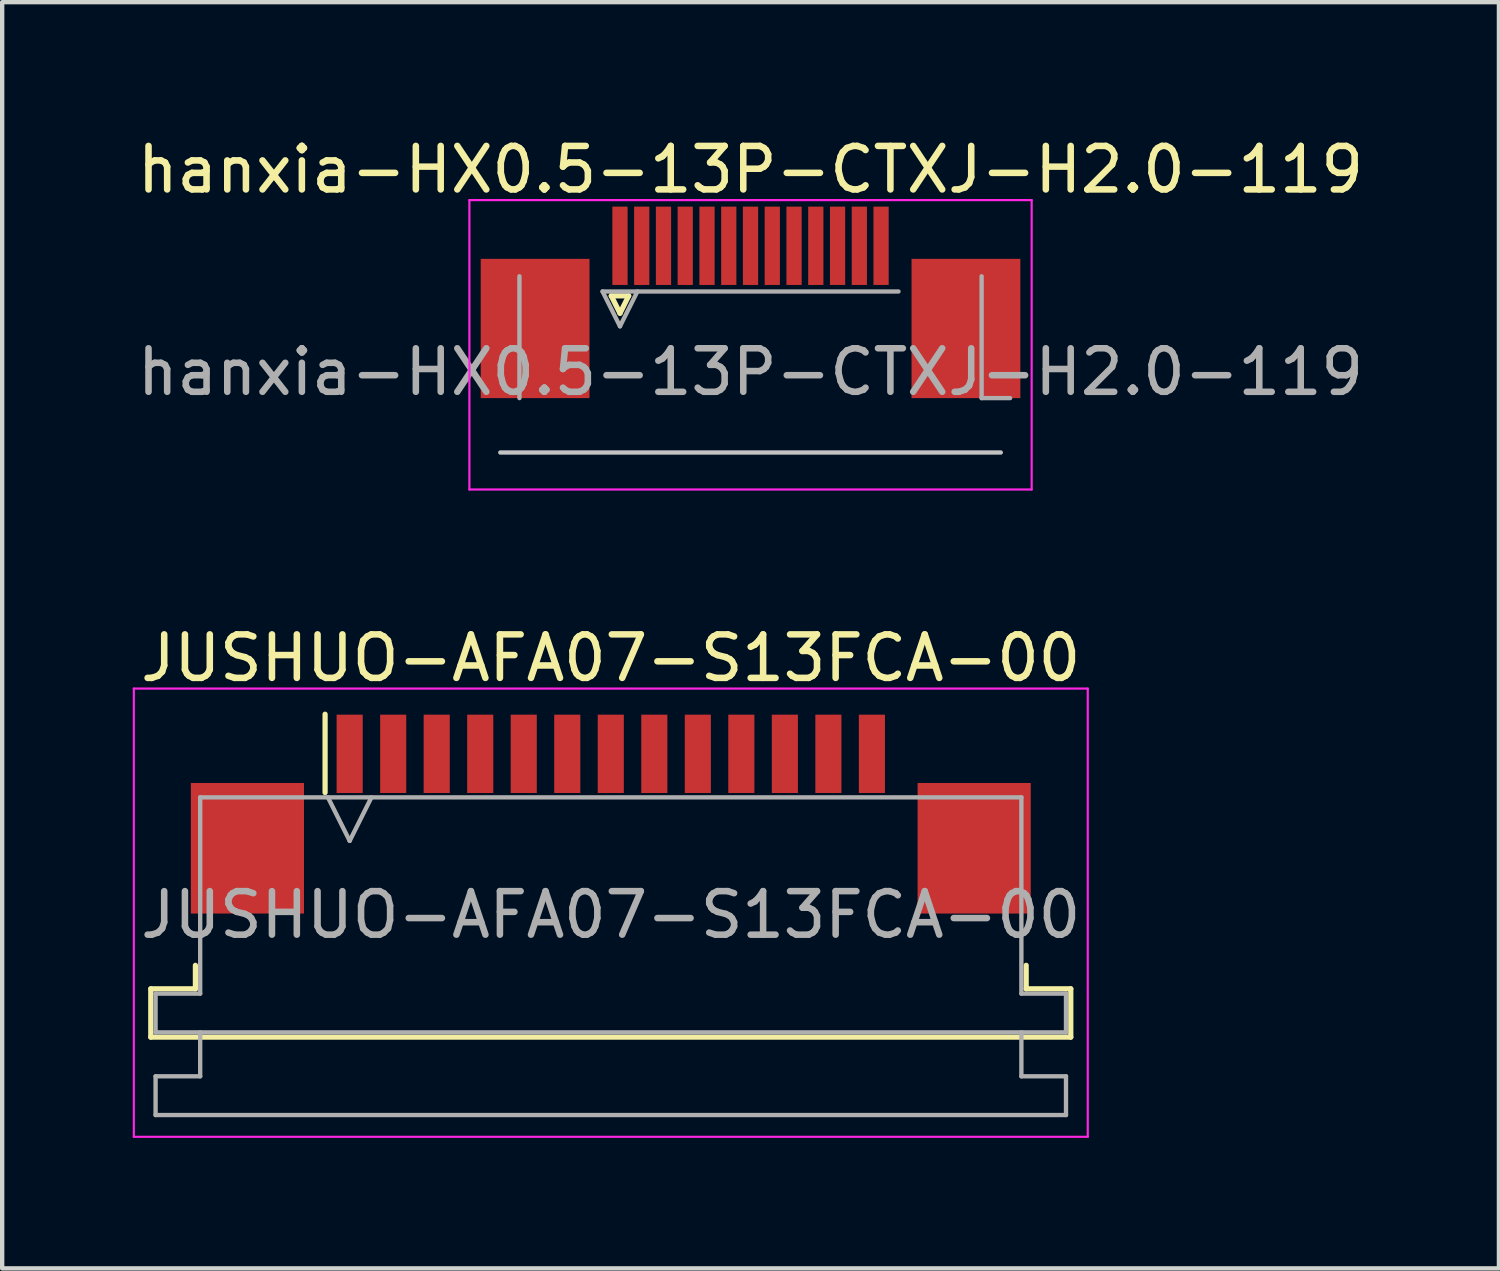
<source format=kicad_pcb>
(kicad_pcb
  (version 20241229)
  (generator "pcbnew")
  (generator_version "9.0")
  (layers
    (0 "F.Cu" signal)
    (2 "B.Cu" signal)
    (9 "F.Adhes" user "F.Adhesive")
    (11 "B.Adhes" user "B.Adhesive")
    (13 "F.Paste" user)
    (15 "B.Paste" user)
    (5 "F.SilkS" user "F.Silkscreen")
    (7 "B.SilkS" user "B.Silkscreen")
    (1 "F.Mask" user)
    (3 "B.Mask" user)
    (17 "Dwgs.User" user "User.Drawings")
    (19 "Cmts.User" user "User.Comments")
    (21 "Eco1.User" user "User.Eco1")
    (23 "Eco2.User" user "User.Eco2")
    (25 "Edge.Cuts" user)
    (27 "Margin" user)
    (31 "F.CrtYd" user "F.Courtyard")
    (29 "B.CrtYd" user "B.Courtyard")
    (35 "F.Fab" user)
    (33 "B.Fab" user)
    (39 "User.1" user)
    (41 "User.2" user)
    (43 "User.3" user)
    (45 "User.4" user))
  (footprint "hanxia-HX0.5-13P-CTXJ-H2.0-119"
    (layer "F.Cu")
    (at 14.196 3.948)
    (property "Reference" "hanxia-HX0.5-13P-CTXJ-H2.0-119" (at 0 -3.1 0) (layer "F.SilkS") (effects (font (size 1 1) (thickness 0.15))))
    (attr smd)
    (fp_line (start -3.2 -0.2) (end -3 0.2) (stroke (width 0.12) (type solid)) (layer "F.SilkS"))
    (fp_line (start -3 0.2) (end -2.8 -0.2) (stroke (width 0.12) (type solid)) (layer "F.SilkS"))
    (fp_line (start -2.8 -0.2) (end -3.2 -0.2) (stroke (width 0.12) (type solid)) (layer "F.SilkS"))
    (fp_line (start 5.75 3.4) (end -5.75 3.4) (stroke (width 0.1) (type solid)) (layer "Dwgs.User"))
    (fp_line (start -6.46 -2.4) (end -6.46 4.25) (stroke (width 0.05) (type solid)) (layer "F.CrtYd"))
    (fp_line (start -6.46 4.25) (end 6.46 4.25) (stroke (width 0.05) (type solid)) (layer "F.CrtYd"))
    (fp_line (start 6.46 -2.4) (end -6.46 -2.4) (stroke (width 0.05) (type solid)) (layer "F.CrtYd"))
    (fp_line (start 6.46 4.25) (end 6.46 -2.4) (stroke (width 0.05) (type solid)) (layer "F.CrtYd"))
    (fp_line (start -5.31 2.15) (end -5.31 -0.65) (stroke (width 0.1) (type solid)) (layer "F.Fab"))
    (fp_line (start -3.4 -0.3) (end -3 0.5) (stroke (width 0.1) (type solid)) (layer "F.Fab"))
    (fp_line (start -3.4 -0.3) (end 3.4 -0.3) (stroke (width 0.1) (type solid)) (layer "F.Fab"))
    (fp_line (start -3 0.5) (end -2.6 -0.3) (stroke (width 0.1) (type solid)) (layer "F.Fab"))
    (fp_line (start 5.31 -0.65) (end 5.31 2.15) (stroke (width 0.1) (type solid)) (layer "F.Fab"))
    (fp_line (start 5.31 2.15) (end 5.965 2.15) (stroke (width 0.1) (type solid)) (layer "F.Fab"))
    (fp_text user "${REFERENCE}" (at 0 1.55 0) (layer "F.Fab") (effects (font (size 1 1) (thickness 0.15))))
    (pad "1" smd rect (at -3 -1.35) (size 0.35 1.8) (layers "F.Cu" "F.Mask" "F.Paste"))
    (pad "2" smd rect (at -2.5 -1.35) (size 0.35 1.8) (layers "F.Cu" "F.Mask" "F.Paste"))
    (pad "3" smd rect (at -2 -1.35) (size 0.35 1.8) (layers "F.Cu" "F.Mask" "F.Paste"))
    (pad "4" smd rect (at -1.5 -1.35) (size 0.35 1.8) (layers "F.Cu" "F.Mask" "F.Paste"))
    (pad "5" smd rect (at -1 -1.35) (size 0.35 1.8) (layers "F.Cu" "F.Mask" "F.Paste"))
    (pad "6" smd rect (at -0.5 -1.35) (size 0.35 1.8) (layers "F.Cu" "F.Mask" "F.Paste"))
    (pad "7" smd rect (at 0 -1.35) (size 0.35 1.8) (layers "F.Cu" "F.Mask" "F.Paste"))
    (pad "8" smd rect (at 0.5 -1.35) (size 0.35 1.8) (layers "F.Cu" "F.Mask" "F.Paste"))
    (pad "9" smd rect (at 1 -1.35) (size 0.35 1.8) (layers "F.Cu" "F.Mask" "F.Paste"))
    (pad "10" smd rect (at 1.5 -1.35) (size 0.35 1.8) (layers "F.Cu" "F.Mask" "F.Paste"))
    (pad "11" smd rect (at 2 -1.35) (size 0.35 1.8) (layers "F.Cu" "F.Mask" "F.Paste"))
    (pad "12" smd rect (at 2.5 -1.35) (size 0.35 1.8) (layers "F.Cu" "F.Mask" "F.Paste"))
    (pad "13" smd rect (at 3 -1.35) (size 0.35 1.8) (layers "F.Cu" "F.Mask" "F.Paste"))
    (pad "MP" smd rect (at -4.95 0.55) (size 2.5 3.2) (layers "F.Cu" "F.Mask" "F.Paste"))
    (pad "MP" smd rect (at 4.95 0.55) (size 2.5 3.2) (layers "F.Cu" "F.Mask" "F.Paste")))
  (footprint "JUSHUO-AFA07-S13FCA-00"
    (layer "F.Cu")
    (at 10.985 16.072)
    (property "Reference" "JUSHUO-AFA07-S13FCA-00" (at 0 -4 0) (layer "F.SilkS") (effects (font (size 1 1) (thickness 0.15))))
    (attr smd)
    (fp_line (start -10.57 3.6) (end -9.545 3.6) (stroke (width 0.12) (type solid)) (layer "F.SilkS"))
    (fp_line (start -10.57 4.71) (end -10.57 3.6) (stroke (width 0.12) (type solid)) (layer "F.SilkS"))
    (fp_line (start -9.545 3.6) (end -9.545 3.06) (stroke (width 0.12) (type solid)) (layer "F.SilkS"))
    (fp_line (start -6.565 -0.91) (end -6.565 -2.71) (stroke (width 0.12) (type solid)) (layer "F.SilkS"))
    (fp_line (start 9.545 3.06) (end 9.545 3.6) (stroke (width 0.12) (type solid)) (layer "F.SilkS"))
    (fp_line (start 9.545 3.6) (end 10.57 3.6) (stroke (width 0.12) (type solid)) (layer "F.SilkS"))
    (fp_line (start 10.57 3.6) (end 10.57 4.71) (stroke (width 0.12) (type solid)) (layer "F.SilkS"))
    (fp_line (start 10.57 4.71) (end -10.57 4.71) (stroke (width 0.12) (type solid)) (layer "F.SilkS"))
    (fp_line (start -10.96 -3.3) (end -10.96 7) (stroke (width 0.05) (type solid)) (layer "F.CrtYd"))
    (fp_line (start -10.96 7) (end 10.96 7) (stroke (width 0.05) (type solid)) (layer "F.CrtYd"))
    (fp_line (start 10.96 -3.3) (end -10.96 -3.3) (stroke (width 0.05) (type solid)) (layer "F.CrtYd"))
    (fp_line (start 10.96 7) (end 10.96 -3.3) (stroke (width 0.05) (type solid)) (layer "F.CrtYd"))
    (fp_line (start -10.46 3.71) (end -9.435 3.71) (stroke (width 0.1) (type solid)) (layer "F.Fab"))
    (fp_line (start -10.46 4.6) (end -10.46 3.71) (stroke (width 0.1) (type solid)) (layer "F.Fab"))
    (fp_line (start -10.46 5.61) (end -9.435 5.61) (stroke (width 0.1) (type solid)) (layer "F.Fab"))
    (fp_line (start -10.46 6.5) (end -10.46 5.61) (stroke (width 0.1) (type solid)) (layer "F.Fab"))
    (fp_line (start -9.435 -0.8) (end 9.435 -0.8) (stroke (width 0.1) (type solid)) (layer "F.Fab"))
    (fp_line (start -9.435 3.71) (end -9.435 -0.8) (stroke (width 0.1) (type solid)) (layer "F.Fab"))
    (fp_line (start -9.435 5.61) (end -9.435 4.6) (stroke (width 0.1) (type solid)) (layer "F.Fab"))
    (fp_line (start -6.5 -0.8) (end -6 0.2) (stroke (width 0.1) (type solid)) (layer "F.Fab"))
    (fp_line (start -6 0.2) (end -5.5 -0.8) (stroke (width 0.1) (type solid)) (layer "F.Fab"))
    (fp_line (start 9.435 -0.8) (end 9.435 3.71) (stroke (width 0.1) (type solid)) (layer "F.Fab"))
    (fp_line (start 9.435 3.71) (end 10.46 3.71) (stroke (width 0.1) (type solid)) (layer "F.Fab"))
    (fp_line (start 9.435 4.6) (end 9.435 5.61) (stroke (width 0.1) (type solid)) (layer "F.Fab"))
    (fp_line (start 9.435 5.61) (end 10.46 5.61) (stroke (width 0.1) (type solid)) (layer "F.Fab"))
    (fp_line (start 10.46 3.71) (end 10.46 4.6) (stroke (width 0.1) (type solid)) (layer "F.Fab"))
    (fp_line (start 10.46 4.6) (end -10.46 4.6) (stroke (width 0.1) (type solid)) (layer "F.Fab"))
    (fp_line (start 10.46 5.61) (end 10.46 6.5) (stroke (width 0.1) (type solid)) (layer "F.Fab"))
    (fp_line (start 10.46 6.5) (end -10.46 6.5) (stroke (width 0.1) (type solid)) (layer "F.Fab"))
    (fp_text user "${REFERENCE}" (at 0 1.9 0) (layer "F.Fab") (effects (font (size 1 1) (thickness 0.15))))
    (pad "1" smd rect (at -6 -1.8) (size 0.6 1.8) (layers "F.Cu" "F.Mask" "F.Paste"))
    (pad "2" smd rect (at -5 -1.8) (size 0.6 1.8) (layers "F.Cu" "F.Mask" "F.Paste"))
    (pad "3" smd rect (at -4 -1.8) (size 0.6 1.8) (layers "F.Cu" "F.Mask" "F.Paste"))
    (pad "4" smd rect (at -3 -1.8) (size 0.6 1.8) (layers "F.Cu" "F.Mask" "F.Paste"))
    (pad "5" smd rect (at -2 -1.8) (size 0.6 1.8) (layers "F.Cu" "F.Mask" "F.Paste"))
    (pad "6" smd rect (at -1 -1.8) (size 0.6 1.8) (layers "F.Cu" "F.Mask" "F.Paste"))
    (pad "7" smd rect (at 0 -1.8) (size 0.6 1.8) (layers "F.Cu" "F.Mask" "F.Paste"))
    (pad "8" smd rect (at 1 -1.8) (size 0.6 1.8) (layers "F.Cu" "F.Mask" "F.Paste"))
    (pad "9" smd rect (at 2 -1.8) (size 0.6 1.8) (layers "F.Cu" "F.Mask" "F.Paste"))
    (pad "10" smd rect (at 3 -1.8) (size 0.6 1.8) (layers "F.Cu" "F.Mask" "F.Paste"))
    (pad "11" smd rect (at 4 -1.8) (size 0.6 1.8) (layers "F.Cu" "F.Mask" "F.Paste"))
    (pad "12" smd rect (at 5 -1.8) (size 0.6 1.8) (layers "F.Cu" "F.Mask" "F.Paste"))
    (pad "13" smd rect (at 6 -1.8) (size 0.6 1.8) (layers "F.Cu" "F.Mask" "F.Paste"))
    (pad "MP" smd rect (at -8.35 0.37) (size 2.6 3) (layers "F.Cu" "F.Mask" "F.Paste"))
    (pad "MP" smd rect (at 8.35 0.37) (size 2.6 3) (layers "F.Cu" "F.Mask" "F.Paste")))
  (gr_rect
    (start -3 -3)
    (end 31.393 26.096)
    (stroke (width 0.1) (type default))
    (fill no)
    (layer "Edge.Cuts")))
</source>
